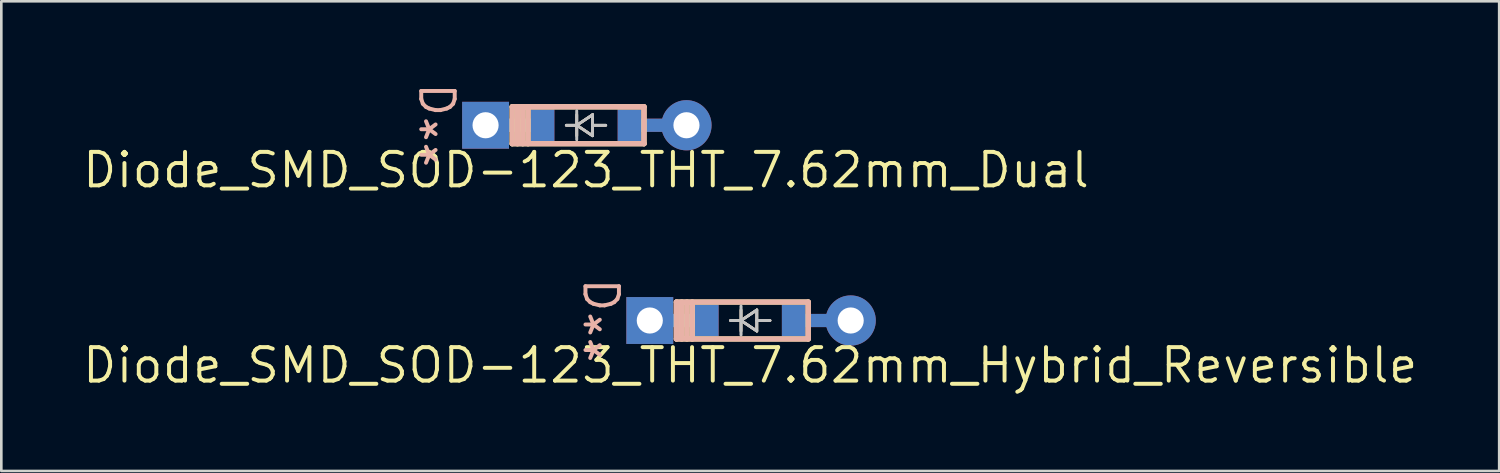
<source format=kicad_pcb>
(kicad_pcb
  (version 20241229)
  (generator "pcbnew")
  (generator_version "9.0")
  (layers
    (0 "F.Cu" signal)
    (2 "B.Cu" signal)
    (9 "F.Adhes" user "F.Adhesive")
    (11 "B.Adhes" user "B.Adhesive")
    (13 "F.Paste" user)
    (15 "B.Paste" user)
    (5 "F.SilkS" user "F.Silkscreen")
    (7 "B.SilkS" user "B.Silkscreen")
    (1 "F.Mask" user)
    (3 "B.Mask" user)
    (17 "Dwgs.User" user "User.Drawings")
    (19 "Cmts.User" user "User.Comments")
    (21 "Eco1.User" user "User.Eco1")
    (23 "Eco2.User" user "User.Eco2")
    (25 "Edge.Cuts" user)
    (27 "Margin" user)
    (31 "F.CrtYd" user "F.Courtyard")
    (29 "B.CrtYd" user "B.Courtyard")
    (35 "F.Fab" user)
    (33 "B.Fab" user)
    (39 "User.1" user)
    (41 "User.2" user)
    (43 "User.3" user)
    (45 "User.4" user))
  (footprint "Diode_SMD_SOD-123_THT_7.62mm_Dual"
    (layer "F.Cu")
    (at 19.178 1.701)
    (property "Reference" "Diode_SMD_SOD-123_THT_7.62mm_Dual" (at 0 1.7 180) (layer "F.SilkS") (effects (font (size 1.27 1.27) (thickness 0.15))))
    (attr through_hole)
    (fp_line (start -2.8 -0.7) (end -2.8 0.7) (stroke (width 0.2) (type solid)) (layer "F.SilkS"))
    (fp_line (start -2.8 -0.7) (end 2.2 -0.7) (stroke (width 0.2) (type solid)) (layer "F.SilkS"))
    (fp_line (start -2.8 0.7) (end 2.2 0.7) (stroke (width 0.2) (type solid)) (layer "F.SilkS"))
    (fp_line (start -2.6 -0.7) (end -2.6 0.7) (stroke (width 0.2) (type solid)) (layer "F.SilkS"))
    (fp_line (start -2.4 -0.7) (end -2.4 0.7) (stroke (width 0.2) (type solid)) (layer "F.SilkS"))
    (fp_line (start -2.2 -0.7) (end -2.2 0.7) (stroke (width 0.2) (type solid)) (layer "F.SilkS"))
    (fp_line (start -0.75 0) (end -0.35 0) (stroke (width 0.1) (type solid)) (layer "F.SilkS"))
    (fp_line (start -0.35 0) (end -0.35 -0.4) (stroke (width 0.1) (type solid)) (layer "F.SilkS"))
    (fp_line (start -0.35 0) (end -0.35 0.4) (stroke (width 0.1) (type solid)) (layer "F.SilkS"))
    (fp_line (start -0.35 0) (end 0.25 -0.4) (stroke (width 0.1) (type solid)) (layer "F.SilkS"))
    (fp_line (start 0.25 -0.4) (end 0.25 0.4) (stroke (width 0.1) (type solid)) (layer "F.SilkS"))
    (fp_line (start 0.25 0) (end 0.75 0) (stroke (width 0.1) (type solid)) (layer "F.SilkS"))
    (fp_line (start 0.25 0.4) (end -0.35 0) (stroke (width 0.1) (type solid)) (layer "F.SilkS"))
    (fp_line (start 2.2 -0.7) (end 2.2 0.7) (stroke (width 0.2) (type solid)) (layer "F.SilkS"))
    (fp_line (start -2.8 -0.7) (end -2.8 0.7) (stroke (width 0.2) (type solid)) (layer "B.SilkS"))
    (fp_line (start -2.8 -0.7) (end 2.2 -0.7) (stroke (width 0.2) (type solid)) (layer "B.SilkS"))
    (fp_line (start -2.8 0.7) (end 2.2 0.7) (stroke (width 0.2) (type solid)) (layer "B.SilkS"))
    (fp_line (start -2.6 -0.7) (end -2.6 0.7) (stroke (width 0.2) (type solid)) (layer "B.SilkS"))
    (fp_line (start -2.4 -0.7) (end -2.4 0.7) (stroke (width 0.2) (type solid)) (layer "B.SilkS"))
    (fp_line (start -2.2 -0.7) (end -2.2 0.7) (stroke (width 0.2) (type solid)) (layer "B.SilkS"))
    (fp_line (start -0.75 0) (end -0.35 0) (stroke (width 0.1) (type solid)) (layer "B.SilkS"))
    (fp_line (start -0.35 0) (end -0.35 -0.4) (stroke (width 0.1) (type solid)) (layer "B.SilkS"))
    (fp_line (start -0.35 0) (end -0.35 0.4) (stroke (width 0.1) (type solid)) (layer "B.SilkS"))
    (fp_line (start -0.35 0) (end 0.25 -0.4) (stroke (width 0.1) (type solid)) (layer "B.SilkS"))
    (fp_line (start 0.25 -0.4) (end 0.25 0.4) (stroke (width 0.1) (type solid)) (layer "B.SilkS"))
    (fp_line (start 0.25 0) (end 0.75 0) (stroke (width 0.1) (type solid)) (layer "B.SilkS"))
    (fp_line (start 0.25 0.4) (end -0.35 0) (stroke (width 0.1) (type solid)) (layer "B.SilkS"))
    (fp_line (start 2.2 -0.7) (end 2.2 0.7) (stroke (width 0.2) (type solid)) (layer "B.SilkS"))
    (fp_line (start -0.75 0) (end -0.35 0) (stroke (width 0.1) (type solid)) (layer "Dwgs.User"))
    (fp_line (start -0.75 0) (end -0.35 0) (stroke (width 0.1) (type solid)) (layer "Dwgs.User"))
    (fp_line (start -0.35 0) (end -0.35 -0.55) (stroke (width 0.1) (type solid)) (layer "Dwgs.User"))
    (fp_line (start -0.35 0) (end -0.35 -0.55) (stroke (width 0.1) (type solid)) (layer "Dwgs.User"))
    (fp_line (start -0.35 0) (end -0.35 0.55) (stroke (width 0.1) (type solid)) (layer "Dwgs.User"))
    (fp_line (start -0.35 0) (end -0.35 0.55) (stroke (width 0.1) (type solid)) (layer "Dwgs.User"))
    (fp_line (start -0.35 0) (end 0.25 -0.4) (stroke (width 0.1) (type solid)) (layer "Dwgs.User"))
    (fp_line (start -0.35 0) (end 0.25 -0.4) (stroke (width 0.1) (type solid)) (layer "Dwgs.User"))
    (fp_line (start 0.25 -0.4) (end 0.25 0.4) (stroke (width 0.1) (type solid)) (layer "Dwgs.User"))
    (fp_line (start 0.25 -0.4) (end 0.25 0.4) (stroke (width 0.1) (type solid)) (layer "Dwgs.User"))
    (fp_line (start 0.25 0) (end 0.75 0) (stroke (width 0.1) (type solid)) (layer "Dwgs.User"))
    (fp_line (start 0.25 0) (end 0.75 0) (stroke (width 0.1) (type solid)) (layer "Dwgs.User"))
    (fp_line (start 0.25 0.4) (end -0.35 0) (stroke (width 0.1) (type solid)) (layer "Dwgs.User"))
    (fp_line (start 0.25 0.4) (end -0.35 0) (stroke (width 0.1) (type solid)) (layer "Dwgs.User"))
    (fp_text user "D**" (at -5.56 0 270) (layer "B.SilkS") (effects (font (size 1.27 1.27) (thickness 0.15)) (justify mirror)))
    (pad "1" thru_hole rect (at -3.81 0) (size 1.778 1.778) (drill 0.991) (layers "*.Cu" "*.Mask"))
    (pad "1" smd rect (at -2.715 0) (size 2.45 0.5) (layers "F.Cu"))
    (pad "1" smd rect (at -2.715 0) (size 2.45 0.5) (layers "B.Cu"))
    (pad "1" smd rect (at -1.65 0) (size 0.9 1.2) (layers "F.Cu" "F.Mask" "F.Paste"))
    (pad "1" smd rect (at -1.65 0) (size 0.9 1.2) (layers "B.Cu" "B.Mask" "B.Paste"))
    (pad "2" smd rect (at 1.65 0) (size 0.9 1.2) (layers "F.Cu" "F.Mask" "F.Paste"))
    (pad "2" smd rect (at 1.65 0) (size 0.9 1.2) (layers "B.Cu" "B.Mask" "B.Paste"))
    (pad "2" smd rect (at 2.715 0) (size 2.45 0.5) (layers "F.Cu"))
    (pad "2" smd rect (at 2.715 0) (size 2.45 0.5) (layers "B.Cu"))
    (pad "2" thru_hole circle (at 3.81 0) (size 1.905 1.905) (drill 0.991) (layers "*.Cu" "*.Mask")))
  (footprint "Diode_SMD_SOD-123_THT_7.62mm_Hybrid_Reversible"
    (layer "F.Cu")
    (at 25.407 9.107)
    (property "Reference" "Diode_SMD_SOD-123_THT_7.62mm_Hybrid_Reversible" (at 0 1.7 180) (layer "F.SilkS") (effects (font (size 1.27 1.27) (thickness 0.15))))
    (attr through_hole)
    (fp_line (start -2.8 -0.7) (end -2.8 0.7) (stroke (width 0.2) (type solid)) (layer "F.SilkS"))
    (fp_line (start -2.8 -0.7) (end 2.2 -0.7) (stroke (width 0.2) (type solid)) (layer "F.SilkS"))
    (fp_line (start -2.8 0.7) (end 2.2 0.7) (stroke (width 0.2) (type solid)) (layer "F.SilkS"))
    (fp_line (start -2.6 -0.7) (end -2.6 0.7) (stroke (width 0.2) (type solid)) (layer "F.SilkS"))
    (fp_line (start -2.4 -0.7) (end -2.4 0.7) (stroke (width 0.2) (type solid)) (layer "F.SilkS"))
    (fp_line (start -2.2 -0.7) (end -2.2 0.7) (stroke (width 0.2) (type solid)) (layer "F.SilkS"))
    (fp_line (start -0.75 0) (end -0.35 0) (stroke (width 0.1) (type solid)) (layer "F.SilkS"))
    (fp_line (start -0.35 0) (end -0.35 -0.4) (stroke (width 0.1) (type solid)) (layer "F.SilkS"))
    (fp_line (start -0.35 0) (end -0.35 0.4) (stroke (width 0.1) (type solid)) (layer "F.SilkS"))
    (fp_line (start -0.35 0) (end 0.25 -0.4) (stroke (width 0.1) (type solid)) (layer "F.SilkS"))
    (fp_line (start 0.25 -0.4) (end 0.25 0.4) (stroke (width 0.1) (type solid)) (layer "F.SilkS"))
    (fp_line (start 0.25 0) (end 0.75 0) (stroke (width 0.1) (type solid)) (layer "F.SilkS"))
    (fp_line (start 0.25 0.4) (end -0.35 0) (stroke (width 0.1) (type solid)) (layer "F.SilkS"))
    (fp_line (start 2.2 -0.7) (end 2.2 0.7) (stroke (width 0.2) (type solid)) (layer "F.SilkS"))
    (fp_line (start -2.8 -0.7) (end -2.8 0.7) (stroke (width 0.2) (type solid)) (layer "B.SilkS"))
    (fp_line (start -2.8 -0.7) (end 2.2 -0.7) (stroke (width 0.2) (type solid)) (layer "B.SilkS"))
    (fp_line (start -2.8 0.7) (end 2.2 0.7) (stroke (width 0.2) (type solid)) (layer "B.SilkS"))
    (fp_line (start -2.6 -0.7) (end -2.6 0.7) (stroke (width 0.2) (type solid)) (layer "B.SilkS"))
    (fp_line (start -2.4 -0.7) (end -2.4 0.7) (stroke (width 0.2) (type solid)) (layer "B.SilkS"))
    (fp_line (start -2.2 -0.7) (end -2.2 0.7) (stroke (width 0.2) (type solid)) (layer "B.SilkS"))
    (fp_line (start -0.75 0) (end -0.35 0) (stroke (width 0.1) (type solid)) (layer "B.SilkS"))
    (fp_line (start -0.35 0) (end -0.35 -0.4) (stroke (width 0.1) (type solid)) (layer "B.SilkS"))
    (fp_line (start -0.35 0) (end -0.35 0.4) (stroke (width 0.1) (type solid)) (layer "B.SilkS"))
    (fp_line (start -0.35 0) (end 0.25 -0.4) (stroke (width 0.1) (type solid)) (layer "B.SilkS"))
    (fp_line (start 0.25 -0.4) (end 0.25 0.4) (stroke (width 0.1) (type solid)) (layer "B.SilkS"))
    (fp_line (start 0.25 0) (end 0.75 0) (stroke (width 0.1) (type solid)) (layer "B.SilkS"))
    (fp_line (start 0.25 0.4) (end -0.35 0) (stroke (width 0.1) (type solid)) (layer "B.SilkS"))
    (fp_line (start 2.2 -0.7) (end 2.2 0.7) (stroke (width 0.2) (type solid)) (layer "B.SilkS"))
    (fp_line (start -0.75 0) (end -0.35 0) (stroke (width 0.1) (type solid)) (layer "Dwgs.User"))
    (fp_line (start -0.75 0) (end -0.35 0) (stroke (width 0.1) (type solid)) (layer "Dwgs.User"))
    (fp_line (start -0.35 0) (end -0.35 -0.55) (stroke (width 0.1) (type solid)) (layer "Dwgs.User"))
    (fp_line (start -0.35 0) (end -0.35 -0.55) (stroke (width 0.1) (type solid)) (layer "Dwgs.User"))
    (fp_line (start -0.35 0) (end -0.35 0.55) (stroke (width 0.1) (type solid)) (layer "Dwgs.User"))
    (fp_line (start -0.35 0) (end -0.35 0.55) (stroke (width 0.1) (type solid)) (layer "Dwgs.User"))
    (fp_line (start -0.35 0) (end 0.25 -0.4) (stroke (width 0.1) (type solid)) (layer "Dwgs.User"))
    (fp_line (start -0.35 0) (end 0.25 -0.4) (stroke (width 0.1) (type solid)) (layer "Dwgs.User"))
    (fp_line (start 0.25 -0.4) (end 0.25 0.4) (stroke (width 0.1) (type solid)) (layer "Dwgs.User"))
    (fp_line (start 0.25 -0.4) (end 0.25 0.4) (stroke (width 0.1) (type solid)) (layer "Dwgs.User"))
    (fp_line (start 0.25 0) (end 0.75 0) (stroke (width 0.1) (type solid)) (layer "Dwgs.User"))
    (fp_line (start 0.25 0) (end 0.75 0) (stroke (width 0.1) (type solid)) (layer "Dwgs.User"))
    (fp_line (start 0.25 0.4) (end -0.35 0) (stroke (width 0.1) (type solid)) (layer "Dwgs.User"))
    (fp_line (start 0.25 0.4) (end -0.35 0) (stroke (width 0.1) (type solid)) (layer "Dwgs.User"))
    (fp_text user "D**" (at -5.56 0 270) (layer "B.SilkS") (effects (font (size 1.27 1.27) (thickness 0.15)) (justify mirror)))
    (pad "1" thru_hole rect (at -3.81 0) (size 1.778 1.778) (drill 0.991) (layers "*.Cu" "*.Mask"))
    (pad "1" smd rect (at -2.715 0) (size 2.45 0.5) (layers "F.Cu"))
    (pad "1" smd rect (at -2.715 0) (size 2.45 0.5) (layers "B.Cu"))
    (pad "1" smd rect (at -1.65 0) (size 0.9 1.2) (layers "F.Cu" "F.Mask" "F.Paste"))
    (pad "1" smd rect (at -1.65 0) (size 0.9 1.2) (layers "B.Cu" "B.Mask" "B.Paste"))
    (pad "2" smd rect (at 1.65 0) (size 0.9 1.2) (layers "F.Cu" "F.Mask" "F.Paste"))
    (pad "2" smd rect (at 1.65 0) (size 0.9 1.2) (layers "B.Cu" "B.Mask" "B.Paste"))
    (pad "2" smd rect (at 2.715 0) (size 2.45 0.5) (layers "F.Cu"))
    (pad "2" smd rect (at 2.715 0) (size 2.45 0.5) (layers "B.Cu"))
    (pad "2" thru_hole circle (at 3.81 0) (size 1.905 1.905) (drill 0.991) (layers "*.Cu" "*.Mask")))
  (gr_rect
    (start -3 -3)
    (end 53.815 14.814)
    (stroke (width 0.1) (type default))
    (fill no)
    (layer "Edge.Cuts")))
</source>
